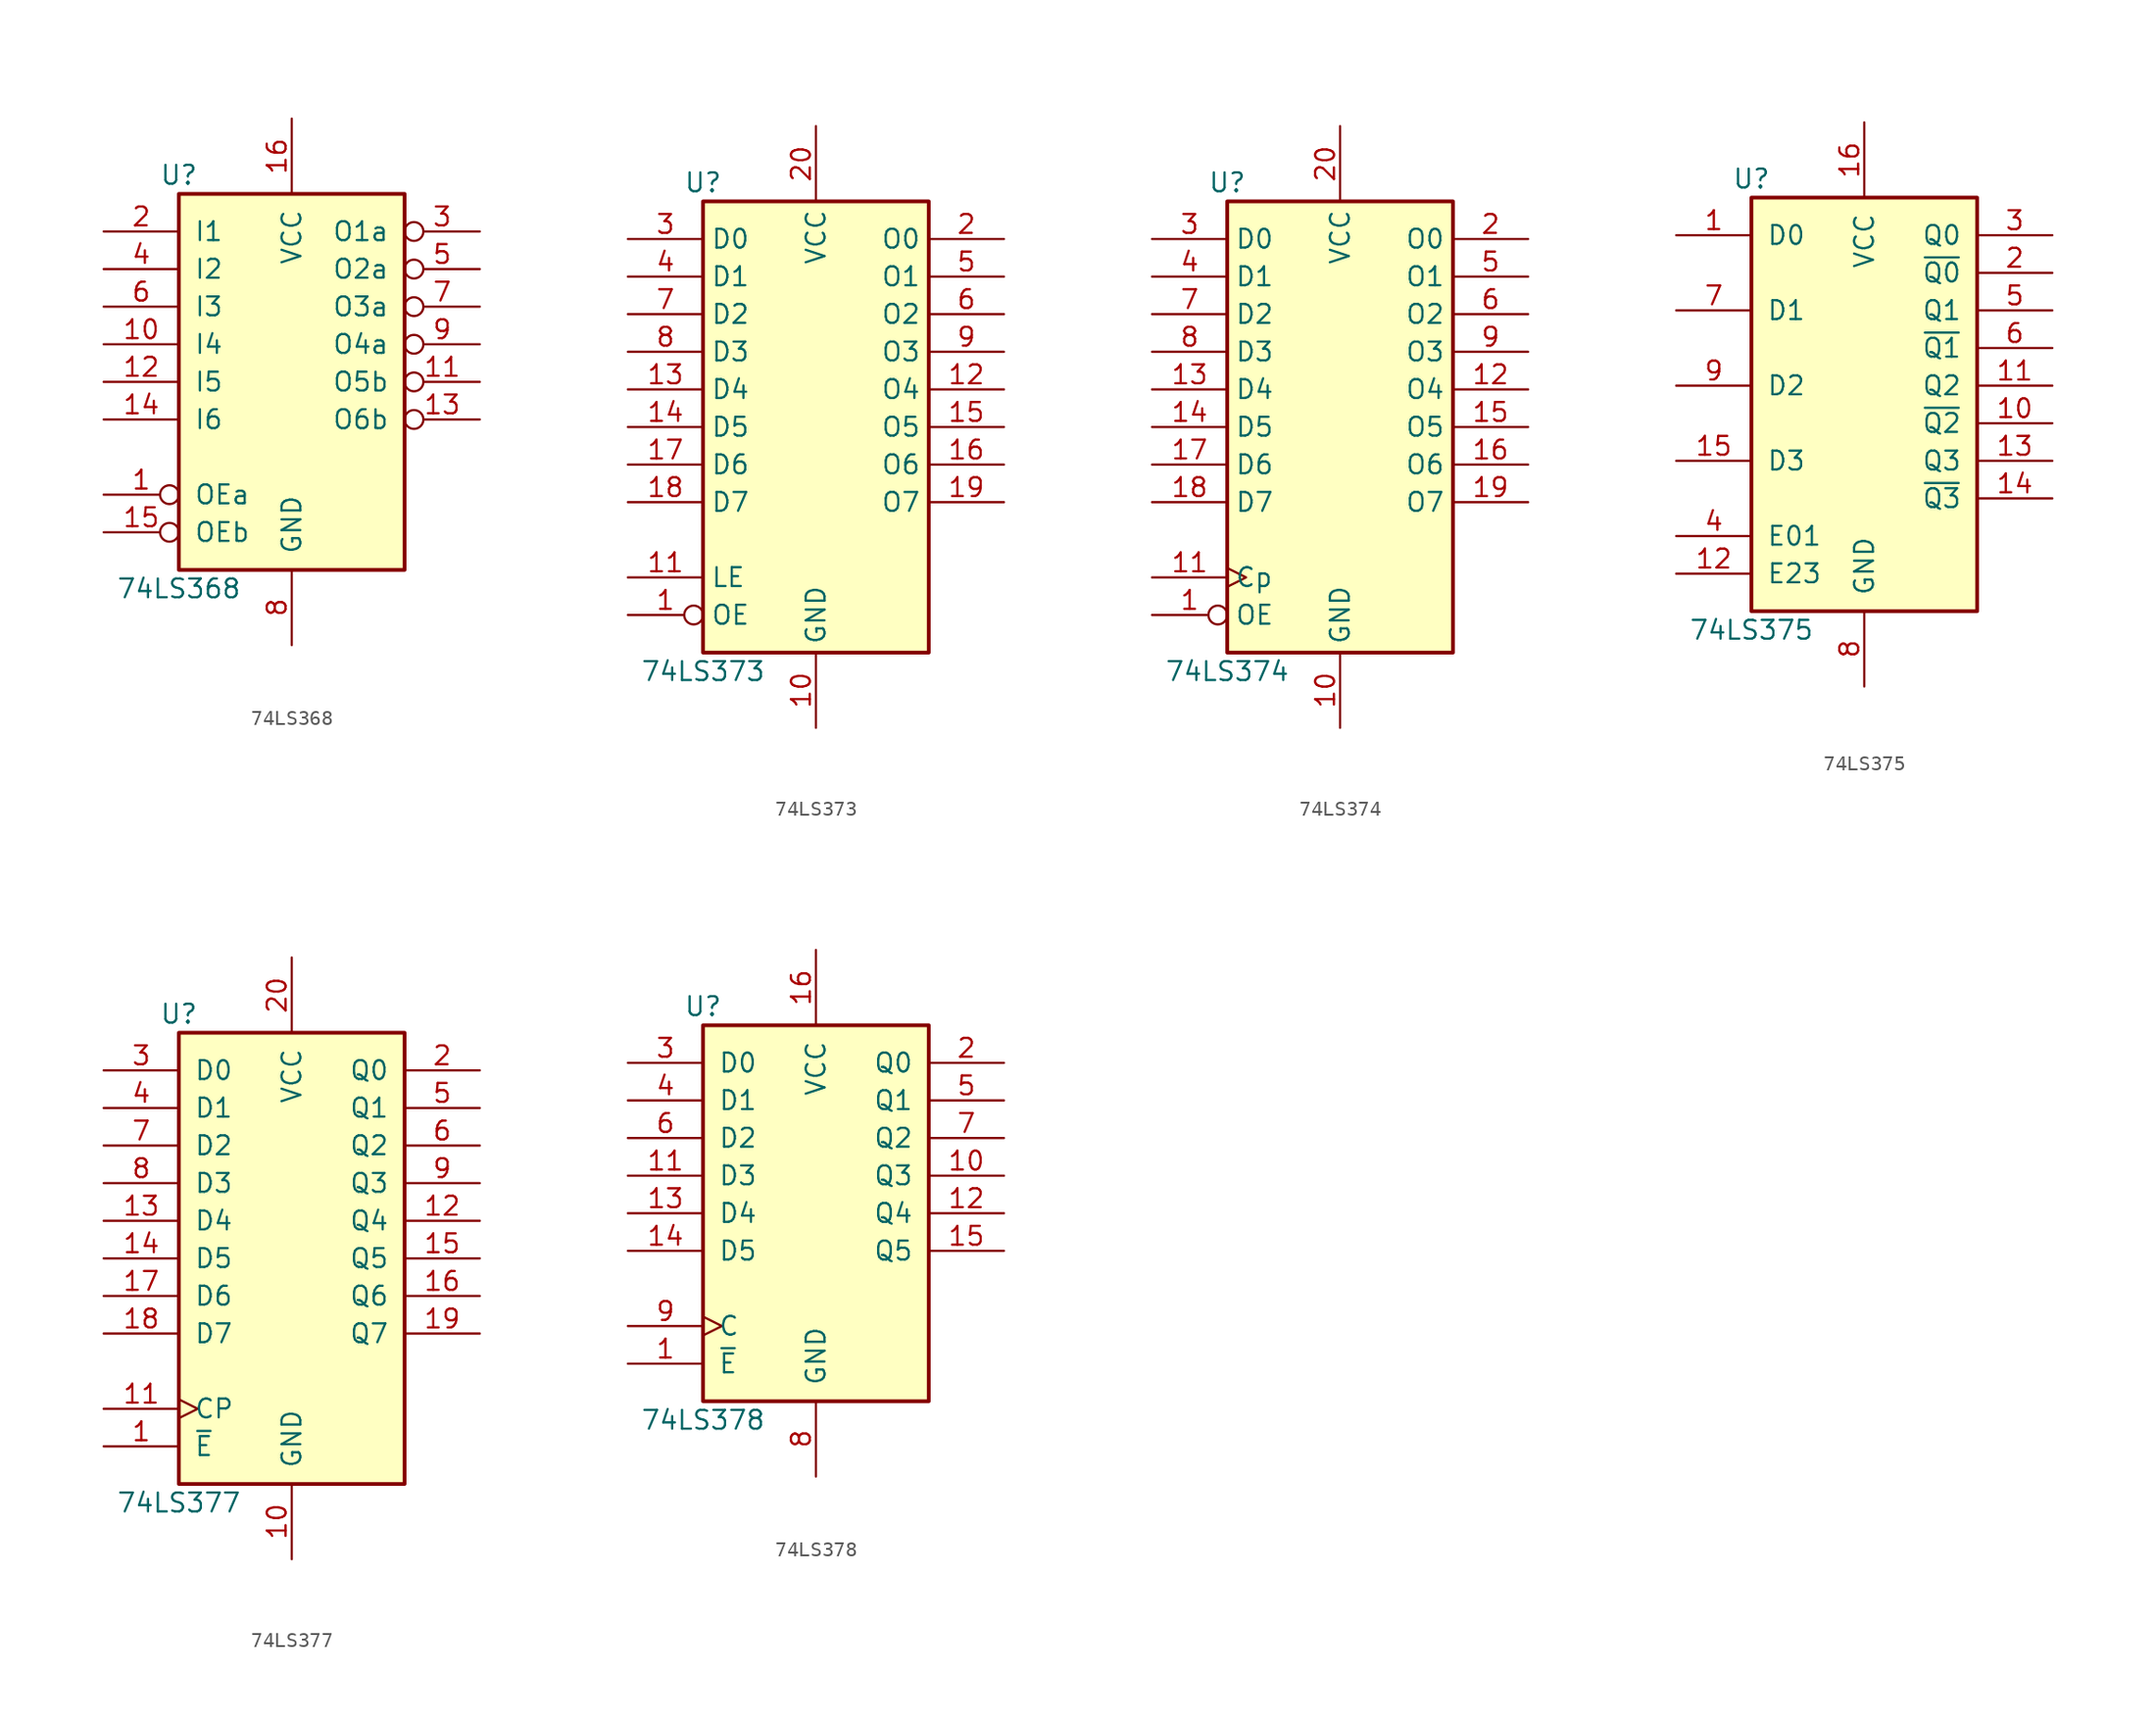
<source format=kicad_sym>
(kicad_symbol_lib
  (version 20241209)
  (generator "kicad_symbol_editor")
  (generator_version "9.0")
  (symbol "74LS368"
    (pin_names
      (offset 1.016))
    (property "Reference" "U"
      (at -7.62 13.97 0)
      (effects (font (size 1.27 1.27))))
    (property "Value" "74LS368"
      (at -7.62 -13.97 0)
      (effects (font (size 1.27 1.27))))
    (property "ki_locked" ""
      (at 0 0 0)
      (effects (font (size 1.27 1.27))))
    (symbol "74LS368_1_0"
      (pin input line (at -12.7 10.16 0) (length 5.08) (name "I1" (effects (font (size 1.27 1.27)))) (number "2" (effects (font (size 1.27 1.27)))))
      (pin input line (at -12.7 7.62 0) (length 5.08) (name "I2" (effects (font (size 1.27 1.27)))) (number "4" (effects (font (size 1.27 1.27)))))
      (pin input line (at -12.7 5.08 0) (length 5.08) (name "I3" (effects (font (size 1.27 1.27)))) (number "6" (effects (font (size 1.27 1.27)))))
      (pin input line (at -12.7 2.54 0) (length 5.08) (name "I4" (effects (font (size 1.27 1.27)))) (number "10" (effects (font (size 1.27 1.27)))))
      (pin input line (at -12.7 0 0) (length 5.08) (name "I5" (effects (font (size 1.27 1.27)))) (number "12" (effects (font (size 1.27 1.27)))))
      (pin input line (at -12.7 -2.54 0) (length 5.08) (name "I6" (effects (font (size 1.27 1.27)))) (number "14" (effects (font (size 1.27 1.27)))))
      (pin input inverted (at -12.7 -7.62 0) (length 5.08) (name "OEa" (effects (font (size 1.27 1.27)))) (number "1" (effects (font (size 1.27 1.27)))))
      (pin input inverted (at -12.7 -10.16 0) (length 5.08) (name "OEb" (effects (font (size 1.27 1.27)))) (number "15" (effects (font (size 1.27 1.27)))))
      (pin power_in line (at 0 17.78 270) (length 5.08) (name "VCC" (effects (font (size 1.27 1.27)))) (number "16" (effects (font (size 1.27 1.27)))))
      (pin power_in line (at 0 -17.78 90) (length 5.08) (name "GND" (effects (font (size 1.27 1.27)))) (number "8" (effects (font (size 1.27 1.27)))))
      (pin tri_state inverted (at 12.7 10.16 180) (length 5.08) (name "O1a" (effects (font (size 1.27 1.27)))) (number "3" (effects (font (size 1.27 1.27)))))
      (pin tri_state inverted (at 12.7 7.62 180) (length 5.08) (name "O2a" (effects (font (size 1.27 1.27)))) (number "5" (effects (font (size 1.27 1.27)))))
      (pin tri_state inverted (at 12.7 5.08 180) (length 5.08) (name "O3a" (effects (font (size 1.27 1.27)))) (number "7" (effects (font (size 1.27 1.27)))))
      (pin tri_state inverted (at 12.7 2.54 180) (length 5.08) (name "O4a" (effects (font (size 1.27 1.27)))) (number "9" (effects (font (size 1.27 1.27)))))
      (pin tri_state inverted (at 12.7 0 180) (length 5.08) (name "O5b" (effects (font (size 1.27 1.27)))) (number "11" (effects (font (size 1.27 1.27)))))
      (pin tri_state inverted (at 12.7 -2.54 180) (length 5.08) (name "O6b" (effects (font (size 1.27 1.27)))) (number "13" (effects (font (size 1.27 1.27))))))
    (symbol "74LS368_1_1"
      (rectangle (start -7.62 12.7) (end 7.62 -12.7) (stroke (width 0.254) (type solid)) (fill (type background)))))
  (symbol "74LS373"
    (property "Reference" "U"
      (at -7.62 16.51 0)
      (effects (font (size 1.27 1.27))))
    (property "Value" "74LS373"
      (at -7.62 -16.51 0)
      (effects (font (size 1.27 1.27))))
    (symbol "74LS373_1_0"
      (pin input line (at -12.7 12.7 0) (length 5.08) (name "D0" (effects (font (size 1.27 1.27)))) (number "3" (effects (font (size 1.27 1.27)))))
      (pin input line (at -12.7 10.16 0) (length 5.08) (name "D1" (effects (font (size 1.27 1.27)))) (number "4" (effects (font (size 1.27 1.27)))))
      (pin input line (at -12.7 7.62 0) (length 5.08) (name "D2" (effects (font (size 1.27 1.27)))) (number "7" (effects (font (size 1.27 1.27)))))
      (pin input line (at -12.7 5.08 0) (length 5.08) (name "D3" (effects (font (size 1.27 1.27)))) (number "8" (effects (font (size 1.27 1.27)))))
      (pin input line (at -12.7 2.54 0) (length 5.08) (name "D4" (effects (font (size 1.27 1.27)))) (number "13" (effects (font (size 1.27 1.27)))))
      (pin input line (at -12.7 0 0) (length 5.08) (name "D5" (effects (font (size 1.27 1.27)))) (number "14" (effects (font (size 1.27 1.27)))))
      (pin input line (at -12.7 -2.54 0) (length 5.08) (name "D6" (effects (font (size 1.27 1.27)))) (number "17" (effects (font (size 1.27 1.27)))))
      (pin input line (at -12.7 -5.08 0) (length 5.08) (name "D7" (effects (font (size 1.27 1.27)))) (number "18" (effects (font (size 1.27 1.27)))))
      (pin input line (at -12.7 -10.16 0) (length 5.08) (name "LE" (effects (font (size 1.27 1.27)))) (number "11" (effects (font (size 1.27 1.27)))))
      (pin input inverted (at -12.7 -12.7 0) (length 5.08) (name "OE" (effects (font (size 1.27 1.27)))) (number "1" (effects (font (size 1.27 1.27)))))
      (pin power_in line (at 0 20.32 270) (length 5.08) (name "VCC" (effects (font (size 1.27 1.27)))) (number "20" (effects (font (size 1.27 1.27)))))
      (pin power_in line (at 0 -20.32 90) (length 5.08) (name "GND" (effects (font (size 1.27 1.27)))) (number "10" (effects (font (size 1.27 1.27)))))
      (pin tri_state line (at 12.7 12.7 180) (length 5.08) (name "O0" (effects (font (size 1.27 1.27)))) (number "2" (effects (font (size 1.27 1.27)))))
      (pin tri_state line (at 12.7 10.16 180) (length 5.08) (name "O1" (effects (font (size 1.27 1.27)))) (number "5" (effects (font (size 1.27 1.27)))))
      (pin tri_state line (at 12.7 7.62 180) (length 5.08) (name "O2" (effects (font (size 1.27 1.27)))) (number "6" (effects (font (size 1.27 1.27)))))
      (pin tri_state line (at 12.7 5.08 180) (length 5.08) (name "O3" (effects (font (size 1.27 1.27)))) (number "9" (effects (font (size 1.27 1.27)))))
      (pin tri_state line (at 12.7 2.54 180) (length 5.08) (name "O4" (effects (font (size 1.27 1.27)))) (number "12" (effects (font (size 1.27 1.27)))))
      (pin tri_state line (at 12.7 0 180) (length 5.08) (name "O5" (effects (font (size 1.27 1.27)))) (number "15" (effects (font (size 1.27 1.27)))))
      (pin tri_state line (at 12.7 -2.54 180) (length 5.08) (name "O6" (effects (font (size 1.27 1.27)))) (number "16" (effects (font (size 1.27 1.27)))))
      (pin tri_state line (at 12.7 -5.08 180) (length 5.08) (name "O7" (effects (font (size 1.27 1.27)))) (number "19" (effects (font (size 1.27 1.27))))))
    (symbol "74LS373_1_1"
      (rectangle (start -7.62 15.24) (end 7.62 -15.24) (stroke (width 0.254) (type solid)) (fill (type background)))))
  (symbol "74LS374"
    (property "Reference" "U"
      (at -7.62 16.51 0)
      (effects (font (size 1.27 1.27))))
    (property "Value" "74LS374"
      (at -7.62 -16.51 0)
      (effects (font (size 1.27 1.27))))
    (symbol "74LS374_1_0"
      (pin input line (at -12.7 12.7 0) (length 5.08) (name "D0" (effects (font (size 1.27 1.27)))) (number "3" (effects (font (size 1.27 1.27)))))
      (pin input line (at -12.7 10.16 0) (length 5.08) (name "D1" (effects (font (size 1.27 1.27)))) (number "4" (effects (font (size 1.27 1.27)))))
      (pin input line (at -12.7 7.62 0) (length 5.08) (name "D2" (effects (font (size 1.27 1.27)))) (number "7" (effects (font (size 1.27 1.27)))))
      (pin input line (at -12.7 5.08 0) (length 5.08) (name "D3" (effects (font (size 1.27 1.27)))) (number "8" (effects (font (size 1.27 1.27)))))
      (pin input line (at -12.7 2.54 0) (length 5.08) (name "D4" (effects (font (size 1.27 1.27)))) (number "13" (effects (font (size 1.27 1.27)))))
      (pin input line (at -12.7 0 0) (length 5.08) (name "D5" (effects (font (size 1.27 1.27)))) (number "14" (effects (font (size 1.27 1.27)))))
      (pin input line (at -12.7 -2.54 0) (length 5.08) (name "D6" (effects (font (size 1.27 1.27)))) (number "17" (effects (font (size 1.27 1.27)))))
      (pin input line (at -12.7 -5.08 0) (length 5.08) (name "D7" (effects (font (size 1.27 1.27)))) (number "18" (effects (font (size 1.27 1.27)))))
      (pin input clock (at -12.7 -10.16 0) (length 5.08) (name "Cp" (effects (font (size 1.27 1.27)))) (number "11" (effects (font (size 1.27 1.27)))))
      (pin input inverted (at -12.7 -12.7 0) (length 5.08) (name "OE" (effects (font (size 1.27 1.27)))) (number "1" (effects (font (size 1.27 1.27)))))
      (pin power_in line (at 0 20.32 270) (length 5.08) (name "VCC" (effects (font (size 1.27 1.27)))) (number "20" (effects (font (size 1.27 1.27)))))
      (pin power_in line (at 0 -20.32 90) (length 5.08) (name "GND" (effects (font (size 1.27 1.27)))) (number "10" (effects (font (size 1.27 1.27)))))
      (pin tri_state line (at 12.7 12.7 180) (length 5.08) (name "O0" (effects (font (size 1.27 1.27)))) (number "2" (effects (font (size 1.27 1.27)))))
      (pin tri_state line (at 12.7 10.16 180) (length 5.08) (name "O1" (effects (font (size 1.27 1.27)))) (number "5" (effects (font (size 1.27 1.27)))))
      (pin tri_state line (at 12.7 7.62 180) (length 5.08) (name "O2" (effects (font (size 1.27 1.27)))) (number "6" (effects (font (size 1.27 1.27)))))
      (pin tri_state line (at 12.7 5.08 180) (length 5.08) (name "O3" (effects (font (size 1.27 1.27)))) (number "9" (effects (font (size 1.27 1.27)))))
      (pin tri_state line (at 12.7 2.54 180) (length 5.08) (name "O4" (effects (font (size 1.27 1.27)))) (number "12" (effects (font (size 1.27 1.27)))))
      (pin tri_state line (at 12.7 0 180) (length 5.08) (name "O5" (effects (font (size 1.27 1.27)))) (number "15" (effects (font (size 1.27 1.27)))))
      (pin tri_state line (at 12.7 -2.54 180) (length 5.08) (name "O6" (effects (font (size 1.27 1.27)))) (number "16" (effects (font (size 1.27 1.27)))))
      (pin tri_state line (at 12.7 -5.08 180) (length 5.08) (name "O7" (effects (font (size 1.27 1.27)))) (number "19" (effects (font (size 1.27 1.27))))))
    (symbol "74LS374_1_1"
      (rectangle (start -7.62 15.24) (end 7.62 -15.24) (stroke (width 0.254) (type solid)) (fill (type background)))))
  (symbol "74LS375"
    (pin_names
      (offset 1.016))
    (property "Reference" "U"
      (at -7.62 13.97 0)
      (effects (font (size 1.27 1.27))))
    (property "Value" "74LS375"
      (at -7.62 -16.51 0)
      (effects (font (size 1.27 1.27))))
    (property "ki_locked" ""
      (at 0 0 0)
      (effects (font (size 1.27 1.27))))
    (symbol "74LS375_1_0"
      (pin input line (at -12.7 10.16 0) (length 5.08) (name "D0" (effects (font (size 1.27 1.27)))) (number "1" (effects (font (size 1.27 1.27)))))
      (pin input line (at -12.7 5.08 0) (length 5.08) (name "D1" (effects (font (size 1.27 1.27)))) (number "7" (effects (font (size 1.27 1.27)))))
      (pin input line (at -12.7 0 0) (length 5.08) (name "D2" (effects (font (size 1.27 1.27)))) (number "9" (effects (font (size 1.27 1.27)))))
      (pin input line (at -12.7 -5.08 0) (length 5.08) (name "D3" (effects (font (size 1.27 1.27)))) (number "15" (effects (font (size 1.27 1.27)))))
      (pin input line (at -12.7 -10.16 0) (length 5.08) (name "E01" (effects (font (size 1.27 1.27)))) (number "4" (effects (font (size 1.27 1.27)))))
      (pin input line (at -12.7 -12.7 0) (length 5.08) (name "E23" (effects (font (size 1.27 1.27)))) (number "12" (effects (font (size 1.27 1.27)))))
      (pin power_in line (at 0 17.78 270) (length 5.08) (name "VCC" (effects (font (size 1.27 1.27)))) (number "16" (effects (font (size 1.27 1.27)))))
      (pin power_in line (at 0 -20.32 90) (length 5.08) (name "GND" (effects (font (size 1.27 1.27)))) (number "8" (effects (font (size 1.27 1.27)))))
      (pin output line (at 12.7 10.16 180) (length 5.08) (name "Q0" (effects (font (size 1.27 1.27)))) (number "3" (effects (font (size 1.27 1.27)))))
      (pin output line (at 12.7 7.62 180) (length 5.08) (name "~{Q0}" (effects (font (size 1.27 1.27)))) (number "2" (effects (font (size 1.27 1.27)))))
      (pin output line (at 12.7 5.08 180) (length 5.08) (name "Q1" (effects (font (size 1.27 1.27)))) (number "5" (effects (font (size 1.27 1.27)))))
      (pin output line (at 12.7 2.54 180) (length 5.08) (name "~{Q1}" (effects (font (size 1.27 1.27)))) (number "6" (effects (font (size 1.27 1.27)))))
      (pin output line (at 12.7 0 180) (length 5.08) (name "Q2" (effects (font (size 1.27 1.27)))) (number "11" (effects (font (size 1.27 1.27)))))
      (pin output line (at 12.7 -2.54 180) (length 5.08) (name "~{Q2}" (effects (font (size 1.27 1.27)))) (number "10" (effects (font (size 1.27 1.27)))))
      (pin output line (at 12.7 -5.08 180) (length 5.08) (name "Q3" (effects (font (size 1.27 1.27)))) (number "13" (effects (font (size 1.27 1.27)))))
      (pin output line (at 12.7 -7.62 180) (length 5.08) (name "~{Q3}" (effects (font (size 1.27 1.27)))) (number "14" (effects (font (size 1.27 1.27))))))
    (symbol "74LS375_1_1"
      (rectangle (start -7.62 12.7) (end 7.62 -15.24) (stroke (width 0.254) (type solid)) (fill (type background)))))
  (symbol "74LS377"
    (pin_names
      (offset 1.016))
    (property "Reference" "U"
      (at -7.62 16.51 0)
      (effects (font (size 1.27 1.27))))
    (property "Value" "74LS377"
      (at -7.62 -16.51 0)
      (effects (font (size 1.27 1.27))))
    (property "ki_locked" ""
      (at 0 0 0)
      (effects (font (size 1.27 1.27))))
    (symbol "74LS377_1_0"
      (pin input line (at -12.7 12.7 0) (length 5.08) (name "D0" (effects (font (size 1.27 1.27)))) (number "3" (effects (font (size 1.27 1.27)))))
      (pin input line (at -12.7 10.16 0) (length 5.08) (name "D1" (effects (font (size 1.27 1.27)))) (number "4" (effects (font (size 1.27 1.27)))))
      (pin input line (at -12.7 7.62 0) (length 5.08) (name "D2" (effects (font (size 1.27 1.27)))) (number "7" (effects (font (size 1.27 1.27)))))
      (pin input line (at -12.7 5.08 0) (length 5.08) (name "D3" (effects (font (size 1.27 1.27)))) (number "8" (effects (font (size 1.27 1.27)))))
      (pin input line (at -12.7 2.54 0) (length 5.08) (name "D4" (effects (font (size 1.27 1.27)))) (number "13" (effects (font (size 1.27 1.27)))))
      (pin input line (at -12.7 0 0) (length 5.08) (name "D5" (effects (font (size 1.27 1.27)))) (number "14" (effects (font (size 1.27 1.27)))))
      (pin input line (at -12.7 -2.54 0) (length 5.08) (name "D6" (effects (font (size 1.27 1.27)))) (number "17" (effects (font (size 1.27 1.27)))))
      (pin input line (at -12.7 -5.08 0) (length 5.08) (name "D7" (effects (font (size 1.27 1.27)))) (number "18" (effects (font (size 1.27 1.27)))))
      (pin input clock (at -12.7 -10.16 0) (length 5.08) (name "CP" (effects (font (size 1.27 1.27)))) (number "11" (effects (font (size 1.27 1.27)))))
      (pin input line (at -12.7 -12.7 0) (length 5.08) (name "~{E}" (effects (font (size 1.27 1.27)))) (number "1" (effects (font (size 1.27 1.27)))))
      (pin power_in line (at 0 20.32 270) (length 5.08) (name "VCC" (effects (font (size 1.27 1.27)))) (number "20" (effects (font (size 1.27 1.27)))))
      (pin power_in line (at 0 -20.32 90) (length 5.08) (name "GND" (effects (font (size 1.27 1.27)))) (number "10" (effects (font (size 1.27 1.27)))))
      (pin output line (at 12.7 12.7 180) (length 5.08) (name "Q0" (effects (font (size 1.27 1.27)))) (number "2" (effects (font (size 1.27 1.27)))))
      (pin output line (at 12.7 10.16 180) (length 5.08) (name "Q1" (effects (font (size 1.27 1.27)))) (number "5" (effects (font (size 1.27 1.27)))))
      (pin output line (at 12.7 7.62 180) (length 5.08) (name "Q2" (effects (font (size 1.27 1.27)))) (number "6" (effects (font (size 1.27 1.27)))))
      (pin output line (at 12.7 5.08 180) (length 5.08) (name "Q3" (effects (font (size 1.27 1.27)))) (number "9" (effects (font (size 1.27 1.27)))))
      (pin output line (at 12.7 2.54 180) (length 5.08) (name "Q4" (effects (font (size 1.27 1.27)))) (number "12" (effects (font (size 1.27 1.27)))))
      (pin output line (at 12.7 0 180) (length 5.08) (name "Q5" (effects (font (size 1.27 1.27)))) (number "15" (effects (font (size 1.27 1.27)))))
      (pin output line (at 12.7 -2.54 180) (length 5.08) (name "Q6" (effects (font (size 1.27 1.27)))) (number "16" (effects (font (size 1.27 1.27)))))
      (pin output line (at 12.7 -5.08 180) (length 5.08) (name "Q7" (effects (font (size 1.27 1.27)))) (number "19" (effects (font (size 1.27 1.27))))))
    (symbol "74LS377_1_1"
      (rectangle (start -7.62 15.24) (end 7.62 -15.24) (stroke (width 0.254) (type solid)) (fill (type background)))))
  (symbol "74LS378"
    (pin_names
      (offset 1.016))
    (property "Reference" "U"
      (at -7.62 13.97 0)
      (effects (font (size 1.27 1.27))))
    (property "Value" "74LS378"
      (at -7.62 -13.97 0)
      (effects (font (size 1.27 1.27))))
    (property "ki_locked" ""
      (at 0 0 0)
      (effects (font (size 1.27 1.27))))
    (symbol "74LS378_1_0"
      (pin input line (at -12.7 10.16 0) (length 5.08) (name "D0" (effects (font (size 1.27 1.27)))) (number "3" (effects (font (size 1.27 1.27)))))
      (pin input line (at -12.7 7.62 0) (length 5.08) (name "D1" (effects (font (size 1.27 1.27)))) (number "4" (effects (font (size 1.27 1.27)))))
      (pin input line (at -12.7 5.08 0) (length 5.08) (name "D2" (effects (font (size 1.27 1.27)))) (number "6" (effects (font (size 1.27 1.27)))))
      (pin input line (at -12.7 2.54 0) (length 5.08) (name "D3" (effects (font (size 1.27 1.27)))) (number "11" (effects (font (size 1.27 1.27)))))
      (pin input line (at -12.7 0 0) (length 5.08) (name "D4" (effects (font (size 1.27 1.27)))) (number "13" (effects (font (size 1.27 1.27)))))
      (pin input line (at -12.7 -2.54 0) (length 5.08) (name "D5" (effects (font (size 1.27 1.27)))) (number "14" (effects (font (size 1.27 1.27)))))
      (pin input clock (at -12.7 -7.62 0) (length 5.08) (name "C" (effects (font (size 1.27 1.27)))) (number "9" (effects (font (size 1.27 1.27)))))
      (pin input line (at -12.7 -10.16 0) (length 5.08) (name "~{E}" (effects (font (size 1.27 1.27)))) (number "1" (effects (font (size 1.27 1.27)))))
      (pin power_in line (at 0 17.78 270) (length 5.08) (name "VCC" (effects (font (size 1.27 1.27)))) (number "16" (effects (font (size 1.27 1.27)))))
      (pin power_in line (at 0 -17.78 90) (length 5.08) (name "GND" (effects (font (size 1.27 1.27)))) (number "8" (effects (font (size 1.27 1.27)))))
      (pin output line (at 12.7 10.16 180) (length 5.08) (name "Q0" (effects (font (size 1.27 1.27)))) (number "2" (effects (font (size 1.27 1.27)))))
      (pin output line (at 12.7 7.62 180) (length 5.08) (name "Q1" (effects (font (size 1.27 1.27)))) (number "5" (effects (font (size 1.27 1.27)))))
      (pin output line (at 12.7 5.08 180) (length 5.08) (name "Q2" (effects (font (size 1.27 1.27)))) (number "7" (effects (font (size 1.27 1.27)))))
      (pin output line (at 12.7 2.54 180) (length 5.08) (name "Q3" (effects (font (size 1.27 1.27)))) (number "10" (effects (font (size 1.27 1.27)))))
      (pin output line (at 12.7 0 180) (length 5.08) (name "Q4" (effects (font (size 1.27 1.27)))) (number "12" (effects (font (size 1.27 1.27)))))
      (pin output line (at 12.7 -2.54 180) (length 5.08) (name "Q5" (effects (font (size 1.27 1.27)))) (number "15" (effects (font (size 1.27 1.27))))))
    (symbol "74LS378_1_1"
      (rectangle (start -7.62 12.7) (end 7.62 -12.7) (stroke (width 0.254) (type solid)) (fill (type background))))))
</source>
